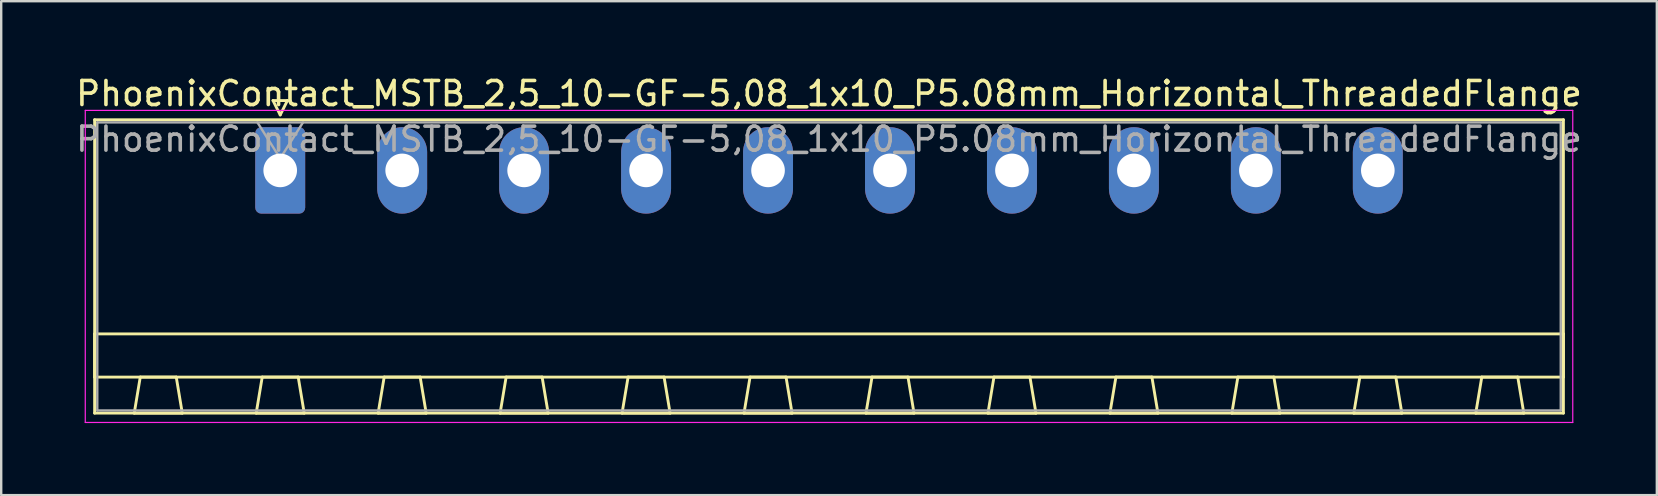
<source format=kicad_pcb>
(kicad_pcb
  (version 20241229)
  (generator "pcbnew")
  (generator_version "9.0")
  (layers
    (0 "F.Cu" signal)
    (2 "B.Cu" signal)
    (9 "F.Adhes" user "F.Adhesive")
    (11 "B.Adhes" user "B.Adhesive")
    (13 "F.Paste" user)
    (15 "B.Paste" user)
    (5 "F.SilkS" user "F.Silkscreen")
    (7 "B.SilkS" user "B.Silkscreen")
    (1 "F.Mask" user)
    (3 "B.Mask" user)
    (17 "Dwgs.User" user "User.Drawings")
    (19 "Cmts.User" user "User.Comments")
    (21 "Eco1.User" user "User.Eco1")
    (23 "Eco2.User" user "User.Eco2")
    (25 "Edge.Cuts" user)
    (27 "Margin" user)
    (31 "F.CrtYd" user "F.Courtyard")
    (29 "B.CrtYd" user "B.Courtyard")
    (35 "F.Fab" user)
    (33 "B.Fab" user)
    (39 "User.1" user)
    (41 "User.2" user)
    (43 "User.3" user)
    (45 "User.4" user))
  (footprint "PhoenixContact_MSTB_2,5_10-GF-5,08_1x10_P5.08mm_Horizontal_ThreadedFlange"
    (layer "F.Cu")
    (at 8.622 4.048)
    (property "Reference" "PhoenixContact_MSTB_2,5_10-GF-5,08_1x10_P5.08mm_Horizontal_ThreadedFlange" (at 22.86 -3.2 0) (layer "F.SilkS") (effects (font (size 1 1) (thickness 0.15))))
    (attr through_hole)
    (fp_line (start -7.73 -2.11) (end -7.73 10.11) (stroke (width 0.12) (type solid)) (layer "F.SilkS"))
    (fp_line (start -7.73 6.81) (end 53.45 6.81) (stroke (width 0.12) (type solid)) (layer "F.SilkS"))
    (fp_line (start -7.73 8.61) (end -7.73 6.81) (stroke (width 0.12) (type solid)) (layer "F.SilkS"))
    (fp_line (start -7.73 10.11) (end 53.45 10.11) (stroke (width 0.12) (type solid)) (layer "F.SilkS"))
    (fp_line (start -6.08 10.11) (end -4.08 10.11) (stroke (width 0.12) (type solid)) (layer "F.SilkS"))
    (fp_line (start -5.83 8.61) (end -6.08 10.11) (stroke (width 0.12) (type solid)) (layer "F.SilkS"))
    (fp_line (start -4.33 8.61) (end -5.83 8.61) (stroke (width 0.12) (type solid)) (layer "F.SilkS"))
    (fp_line (start -4.08 10.11) (end -4.33 8.61) (stroke (width 0.12) (type solid)) (layer "F.SilkS"))
    (fp_line (start -1 10.11) (end 1 10.11) (stroke (width 0.12) (type solid)) (layer "F.SilkS"))
    (fp_line (start -0.75 8.61) (end -1 10.11) (stroke (width 0.12) (type solid)) (layer "F.SilkS"))
    (fp_line (start -0.3 -2.91) (end 0.3 -2.91) (stroke (width 0.12) (type solid)) (layer "F.SilkS"))
    (fp_line (start 0 -2.31) (end -0.3 -2.91) (stroke (width 0.12) (type solid)) (layer "F.SilkS"))
    (fp_line (start 0.3 -2.91) (end 0 -2.31) (stroke (width 0.12) (type solid)) (layer "F.SilkS"))
    (fp_line (start 0.75 8.61) (end -0.75 8.61) (stroke (width 0.12) (type solid)) (layer "F.SilkS"))
    (fp_line (start 1 10.11) (end 0.75 8.61) (stroke (width 0.12) (type solid)) (layer "F.SilkS"))
    (fp_line (start 4.08 10.11) (end 6.08 10.11) (stroke (width 0.12) (type solid)) (layer "F.SilkS"))
    (fp_line (start 4.33 8.61) (end 4.08 10.11) (stroke (width 0.12) (type solid)) (layer "F.SilkS"))
    (fp_line (start 5.83 8.61) (end 4.33 8.61) (stroke (width 0.12) (type solid)) (layer "F.SilkS"))
    (fp_line (start 6.08 10.11) (end 5.83 8.61) (stroke (width 0.12) (type solid)) (layer "F.SilkS"))
    (fp_line (start 9.16 10.11) (end 11.16 10.11) (stroke (width 0.12) (type solid)) (layer "F.SilkS"))
    (fp_line (start 9.41 8.61) (end 9.16 10.11) (stroke (width 0.12) (type solid)) (layer "F.SilkS"))
    (fp_line (start 10.91 8.61) (end 9.41 8.61) (stroke (width 0.12) (type solid)) (layer "F.SilkS"))
    (fp_line (start 11.16 10.11) (end 10.91 8.61) (stroke (width 0.12) (type solid)) (layer "F.SilkS"))
    (fp_line (start 14.24 10.11) (end 16.24 10.11) (stroke (width 0.12) (type solid)) (layer "F.SilkS"))
    (fp_line (start 14.49 8.61) (end 14.24 10.11) (stroke (width 0.12) (type solid)) (layer "F.SilkS"))
    (fp_line (start 15.99 8.61) (end 14.49 8.61) (stroke (width 0.12) (type solid)) (layer "F.SilkS"))
    (fp_line (start 16.24 10.11) (end 15.99 8.61) (stroke (width 0.12) (type solid)) (layer "F.SilkS"))
    (fp_line (start 19.32 10.11) (end 21.32 10.11) (stroke (width 0.12) (type solid)) (layer "F.SilkS"))
    (fp_line (start 19.57 8.61) (end 19.32 10.11) (stroke (width 0.12) (type solid)) (layer "F.SilkS"))
    (fp_line (start 21.07 8.61) (end 19.57 8.61) (stroke (width 0.12) (type solid)) (layer "F.SilkS"))
    (fp_line (start 21.32 10.11) (end 21.07 8.61) (stroke (width 0.12) (type solid)) (layer "F.SilkS"))
    (fp_line (start 24.4 10.11) (end 26.4 10.11) (stroke (width 0.12) (type solid)) (layer "F.SilkS"))
    (fp_line (start 24.65 8.61) (end 24.4 10.11) (stroke (width 0.12) (type solid)) (layer "F.SilkS"))
    (fp_line (start 26.15 8.61) (end 24.65 8.61) (stroke (width 0.12) (type solid)) (layer "F.SilkS"))
    (fp_line (start 26.4 10.11) (end 26.15 8.61) (stroke (width 0.12) (type solid)) (layer "F.SilkS"))
    (fp_line (start 29.48 10.11) (end 31.48 10.11) (stroke (width 0.12) (type solid)) (layer "F.SilkS"))
    (fp_line (start 29.73 8.61) (end 29.48 10.11) (stroke (width 0.12) (type solid)) (layer "F.SilkS"))
    (fp_line (start 31.23 8.61) (end 29.73 8.61) (stroke (width 0.12) (type solid)) (layer "F.SilkS"))
    (fp_line (start 31.48 10.11) (end 31.23 8.61) (stroke (width 0.12) (type solid)) (layer "F.SilkS"))
    (fp_line (start 34.56 10.11) (end 36.56 10.11) (stroke (width 0.12) (type solid)) (layer "F.SilkS"))
    (fp_line (start 34.81 8.61) (end 34.56 10.11) (stroke (width 0.12) (type solid)) (layer "F.SilkS"))
    (fp_line (start 36.31 8.61) (end 34.81 8.61) (stroke (width 0.12) (type solid)) (layer "F.SilkS"))
    (fp_line (start 36.56 10.11) (end 36.31 8.61) (stroke (width 0.12) (type solid)) (layer "F.SilkS"))
    (fp_line (start 39.64 10.11) (end 41.64 10.11) (stroke (width 0.12) (type solid)) (layer "F.SilkS"))
    (fp_line (start 39.89 8.61) (end 39.64 10.11) (stroke (width 0.12) (type solid)) (layer "F.SilkS"))
    (fp_line (start 41.39 8.61) (end 39.89 8.61) (stroke (width 0.12) (type solid)) (layer "F.SilkS"))
    (fp_line (start 41.64 10.11) (end 41.39 8.61) (stroke (width 0.12) (type solid)) (layer "F.SilkS"))
    (fp_line (start 44.72 10.11) (end 46.72 10.11) (stroke (width 0.12) (type solid)) (layer "F.SilkS"))
    (fp_line (start 44.97 8.61) (end 44.72 10.11) (stroke (width 0.12) (type solid)) (layer "F.SilkS"))
    (fp_line (start 46.47 8.61) (end 44.97 8.61) (stroke (width 0.12) (type solid)) (layer "F.SilkS"))
    (fp_line (start 46.72 10.11) (end 46.47 8.61) (stroke (width 0.12) (type solid)) (layer "F.SilkS"))
    (fp_line (start 49.8 10.11) (end 51.8 10.11) (stroke (width 0.12) (type solid)) (layer "F.SilkS"))
    (fp_line (start 50.05 8.61) (end 49.8 10.11) (stroke (width 0.12) (type solid)) (layer "F.SilkS"))
    (fp_line (start 51.55 8.61) (end 50.05 8.61) (stroke (width 0.12) (type solid)) (layer "F.SilkS"))
    (fp_line (start 51.8 10.11) (end 51.55 8.61) (stroke (width 0.12) (type solid)) (layer "F.SilkS"))
    (fp_line (start 53.45 -2.11) (end -7.73 -2.11) (stroke (width 0.12) (type solid)) (layer "F.SilkS"))
    (fp_line (start 53.45 6.81) (end 53.45 8.61) (stroke (width 0.12) (type solid)) (layer "F.SilkS"))
    (fp_line (start 53.45 8.61) (end -7.73 8.61) (stroke (width 0.12) (type solid)) (layer "F.SilkS"))
    (fp_line (start 53.45 10.11) (end 53.45 -2.11) (stroke (width 0.12) (type solid)) (layer "F.SilkS"))
    (fp_line (start -8.12 -2.5) (end -8.12 10.5) (stroke (width 0.05) (type solid)) (layer "F.CrtYd"))
    (fp_line (start -8.12 10.5) (end 53.84 10.5) (stroke (width 0.05) (type solid)) (layer "F.CrtYd"))
    (fp_line (start 53.84 -2.5) (end -8.12 -2.5) (stroke (width 0.05) (type solid)) (layer "F.CrtYd"))
    (fp_line (start 53.84 10.5) (end 53.84 -2.5) (stroke (width 0.05) (type solid)) (layer "F.CrtYd"))
    (fp_line (start -7.62 -2) (end -7.62 10) (stroke (width 0.1) (type solid)) (layer "F.Fab"))
    (fp_line (start -7.62 10) (end 53.34 10) (stroke (width 0.1) (type solid)) (layer "F.Fab"))
    (fp_line (start 0 -0.5) (end -0.95 -2) (stroke (width 0.1) (type solid)) (layer "F.Fab"))
    (fp_line (start 0.95 -2) (end 0 -0.5) (stroke (width 0.1) (type solid)) (layer "F.Fab"))
    (fp_line (start 53.34 -2) (end -7.62 -2) (stroke (width 0.1) (type solid)) (layer "F.Fab"))
    (fp_line (start 53.34 10) (end 53.34 -2) (stroke (width 0.1) (type solid)) (layer "F.Fab"))
    (fp_text user "${REFERENCE}" (at 22.86 -1.3 0) (layer "F.Fab") (effects (font (size 1 1) (thickness 0.15))))
    (pad "1" thru_hole roundrect (at 0 0) (size 2.08 3.6) (drill 1.4) (layers "*.Cu" "*.Mask") (roundrect_rratio 0.12))
    (pad "2" thru_hole oval (at 5.08 0) (size 2.08 3.6) (drill 1.4) (layers "*.Cu" "*.Mask"))
    (pad "3" thru_hole oval (at 10.16 0) (size 2.08 3.6) (drill 1.4) (layers "*.Cu" "*.Mask"))
    (pad "4" thru_hole oval (at 15.24 0) (size 2.08 3.6) (drill 1.4) (layers "*.Cu" "*.Mask"))
    (pad "5" thru_hole oval (at 20.32 0) (size 2.08 3.6) (drill 1.4) (layers "*.Cu" "*.Mask"))
    (pad "6" thru_hole oval (at 25.4 0) (size 2.08 3.6) (drill 1.4) (layers "*.Cu" "*.Mask"))
    (pad "7" thru_hole oval (at 30.48 0) (size 2.08 3.6) (drill 1.4) (layers "*.Cu" "*.Mask"))
    (pad "8" thru_hole oval (at 35.56 0) (size 2.08 3.6) (drill 1.4) (layers "*.Cu" "*.Mask"))
    (pad "9" thru_hole oval (at 40.64 0) (size 2.08 3.6) (drill 1.4) (layers "*.Cu" "*.Mask"))
    (pad "10" thru_hole oval (at 45.72 0) (size 2.08 3.6) (drill 1.4) (layers "*.Cu" "*.Mask")))
  (gr_rect
    (start -3 -3)
    (end 65.964 17.573)
    (stroke (width 0.1) (type default))
    (fill no)
    (layer "Edge.Cuts")))
</source>
